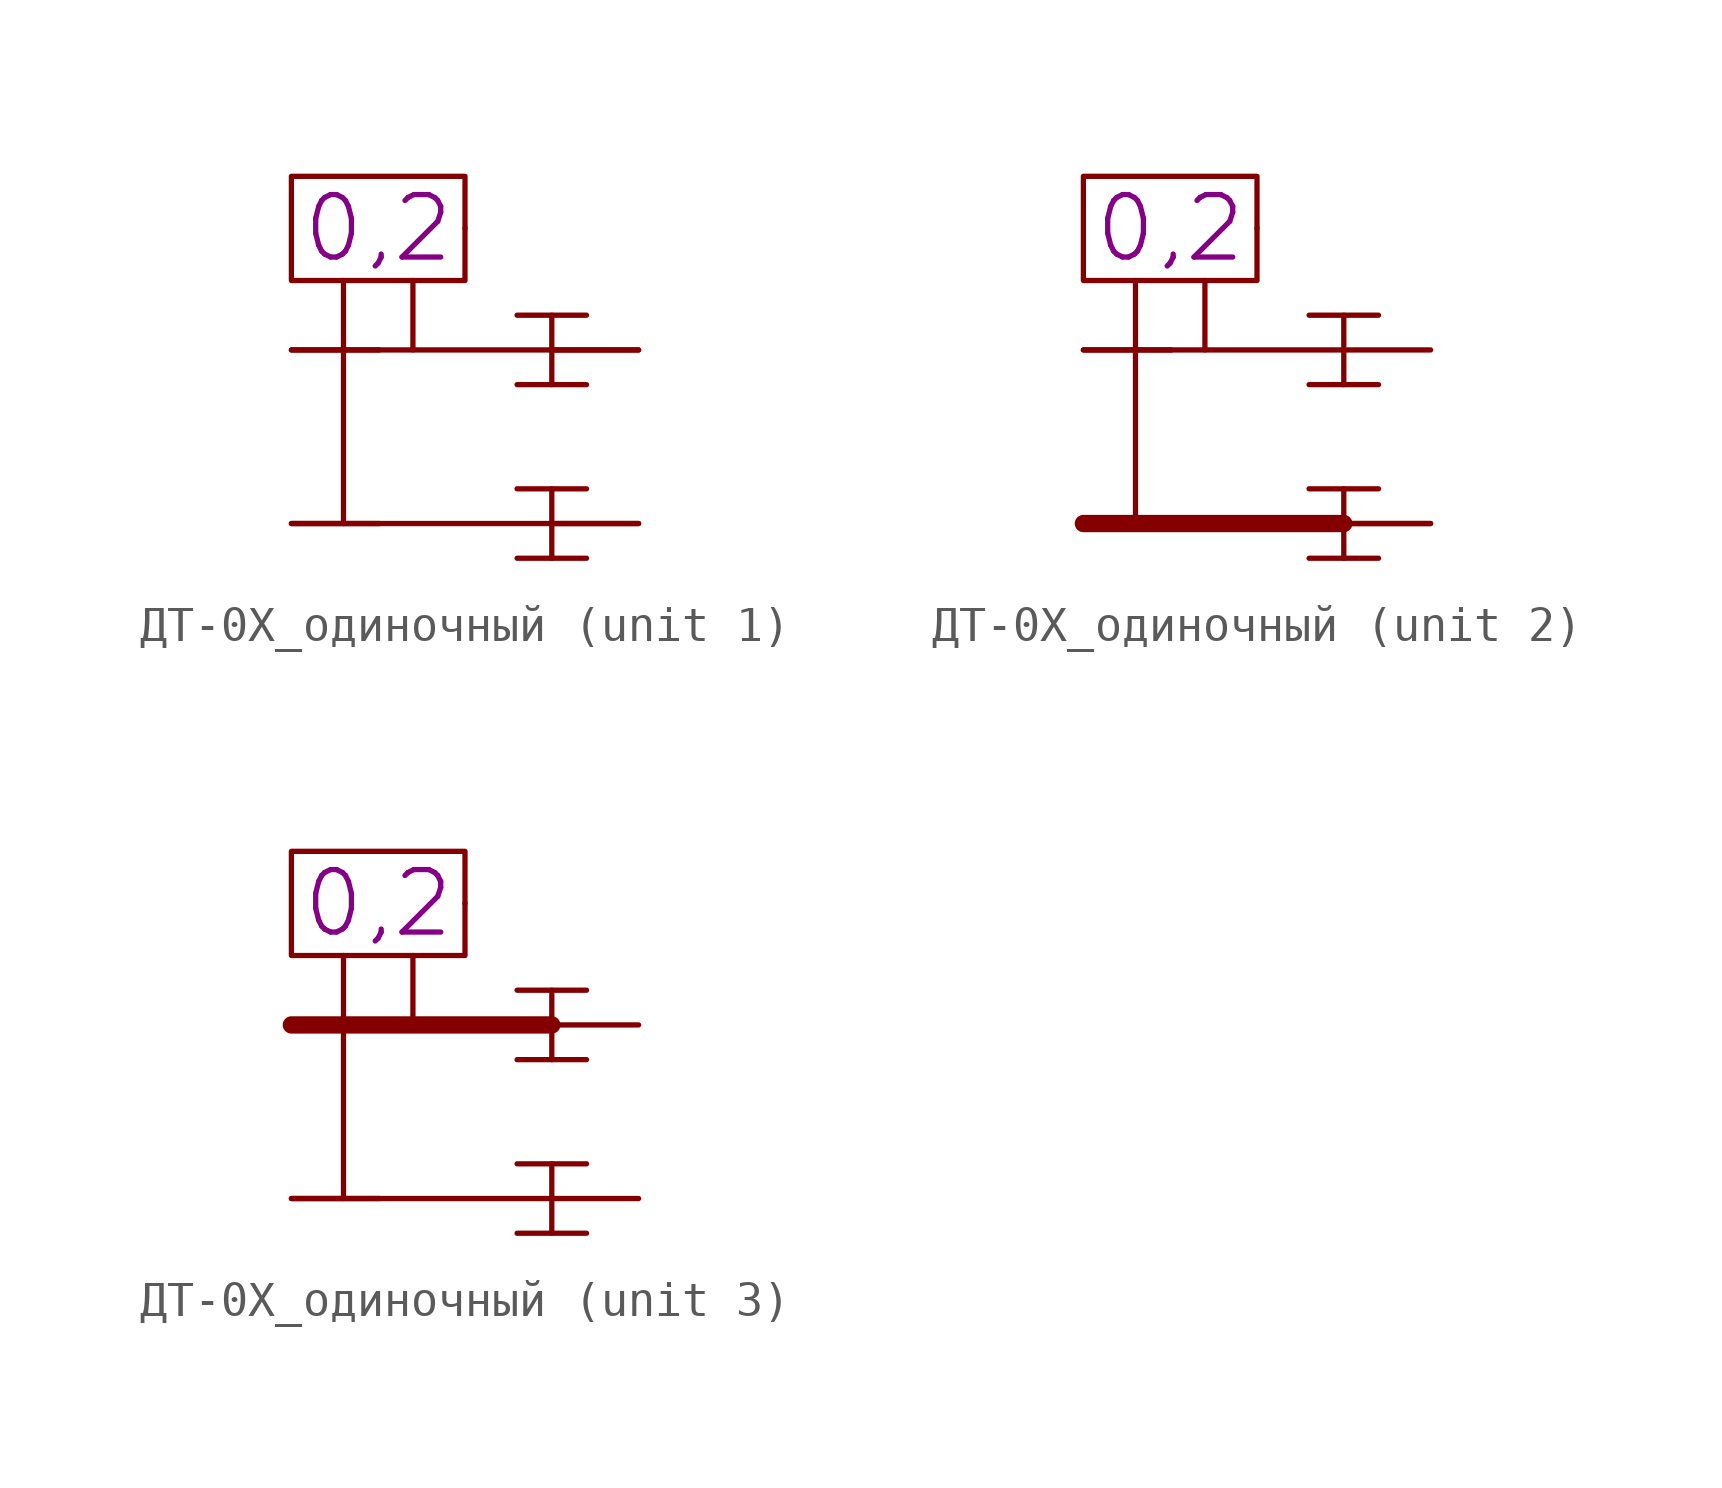
<source format=kicad_sym>
(kicad_symbol_lib
  (version 20231120)
  (generator "kicad_symbol_editor")
  (generator_version "8.0")
  (symbol "ДТ-0Х_одиночный"
    (pin_numbers hide)
    (pin_names
      (offset 0) hide)
    (property "Reference" "ДТ"
      (at 0 8 0)
      (do_not_autoplace)
      (effects (font (size 1.8 1.8)) (hide yes)))
    (property "Value" ""
      (at 0 -1 0)
      (effects (font (size 1.8 1.8))))
    (property "ДТ1" "0,2"
      (at -2.5 3.5 0)
      (do_not_autoplace)
      (effects (font (size 1.8 1.8))))
    (property "ki_locked" ""
      (at 0 0 0)
      (effects (font (size 1.27 1.27))))
    (symbol "ДТ-0Х_одиночный_0_1"
      (rectangle (start -5 5) (end 0 2) (stroke (width 0) (type default)) (fill (type none)))
      (polyline (pts (xy -3.5 2) (xy -3.5 -5)) (stroke (width 0) (type default)) (fill (type none)))
      (polyline (pts (xy -1.5 2) (xy -1.5 0)) (stroke (width 0) (type default)) (fill (type none)))
      (polyline (pts (xy 1.5 -6) (xy 3.5 -6)) (stroke (width 0) (type default)) (fill (type none)))
      (polyline (pts (xy 1.5 -4) (xy 3.5 -4)) (stroke (width 0) (type default)) (fill (type none)))
      (polyline (pts (xy 1.5 -1) (xy 3.5 -1)) (stroke (width 0) (type default)) (fill (type none)))
      (polyline (pts (xy 1.5 1) (xy 3.5 1)) (stroke (width 0) (type default)) (fill (type none)))
      (polyline (pts (xy 2.5 -4) (xy 2.5 -6)) (stroke (width 0) (type default)) (fill (type none)))
      (polyline (pts (xy 2.5 1) (xy 2.5 -1)) (stroke (width 0) (type default)) (fill (type none)))
      (pin passive line (at 0 3.5 180) (length 0) (name "" (effects (font (size 1.8 1.8)))) (number "" (effects (font (size 1.8 1.8)))))
      (pin unspecified line (at -5 -5 0) (length 2.54) (name "П" (effects (font (size 1.8 1.8)))) (number "" (effects (font (size 1.8 1.8)))))
      (pin unspecified line (at -5 0 0) (length 2.54) (name "П" (effects (font (size 1.8 1.8)))) (number "" (effects (font (size 1.8 1.8)))))
      (pin unspecified line (at 5 -5 180) (length 2.54) (name "П" (effects (font (size 1.8 1.8)))) (number "" (effects (font (size 1.8 1.8)))))
      (pin unspecified line (at 5 0 180) (length 2.54) (name "П" (effects (font (size 1.8 1.8)))) (number "" (effects (font (size 1.8 1.8))))))
    (symbol "ДТ-0Х_одиночный_1_1"
      (polyline (pts (xy -5 -5) (xy 5 -5)) (stroke (width 0) (type default)) (fill (type none)))
      (polyline (pts (xy -5 0) (xy 5 0)) (stroke (width 0) (type default)) (fill (type none))))
    (symbol "ДТ-0Х_одиночный_2_1"
      (unit_name "Фаза 1")
      (polyline (pts (xy -5 -5) (xy 2.5 -5)) (stroke (width 0.5) (type default)) (fill (type none)))
      (polyline (pts (xy -5 0) (xy 2.5 0)) (stroke (width 0) (type default)) (fill (type none)))
      (polyline (pts (xy 2.5 -5) (xy 5 -5)) (stroke (width 0) (type default)) (fill (type none))))
    (symbol "ДТ-0Х_одиночный_3_1"
      (unit_name "Фаза 2")
      (polyline (pts (xy -5 -5) (xy 2.5 -5)) (stroke (width 0) (type default)) (fill (type none)))
      (polyline (pts (xy 2.5 0) (xy -5 0)) (stroke (width 0.5) (type default)) (fill (type none))))))
</source>
